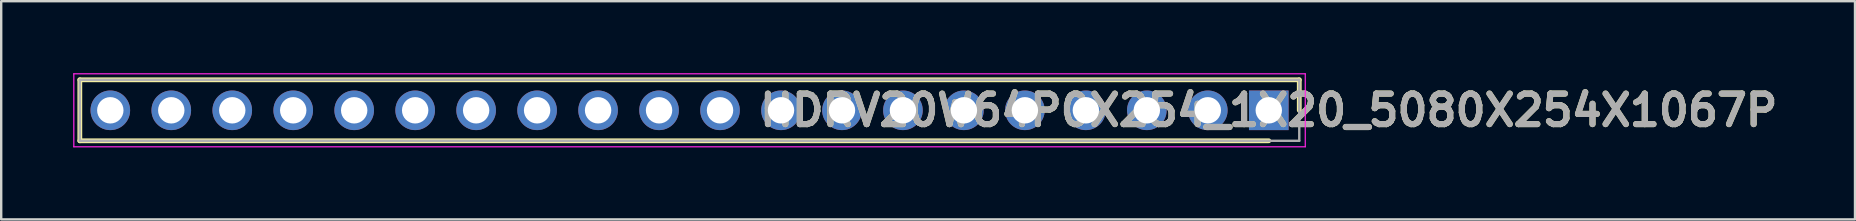
<source format=kicad_pcb>
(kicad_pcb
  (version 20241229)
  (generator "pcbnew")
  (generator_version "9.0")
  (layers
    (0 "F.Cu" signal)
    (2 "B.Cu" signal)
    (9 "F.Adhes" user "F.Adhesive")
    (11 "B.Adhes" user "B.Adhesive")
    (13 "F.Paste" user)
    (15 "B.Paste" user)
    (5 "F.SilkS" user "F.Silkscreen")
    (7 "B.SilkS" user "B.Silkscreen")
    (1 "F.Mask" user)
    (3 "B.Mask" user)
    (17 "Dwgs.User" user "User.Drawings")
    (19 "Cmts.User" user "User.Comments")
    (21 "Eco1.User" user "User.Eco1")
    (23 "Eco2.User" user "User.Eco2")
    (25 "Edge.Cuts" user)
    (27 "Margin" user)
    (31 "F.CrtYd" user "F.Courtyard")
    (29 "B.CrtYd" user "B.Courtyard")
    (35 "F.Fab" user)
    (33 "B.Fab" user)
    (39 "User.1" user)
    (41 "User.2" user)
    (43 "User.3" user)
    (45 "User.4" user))
  (footprint "HDRV20W64P0X254_1X20_5080X254X1067P"
    (layer "F.Cu")
    (at 49.805 1.545)
    (property "Reference" "HDRV20W64P0X254_1X20_5080X254X1067P" (at 0 0 0) (layer "F.SilkS") (effects (font (size 1.27 1.27) (thickness 0.254))))
    (attr through_hole)
    (fp_line (start -49.53 -1.27) (end 1.27 -1.27) (stroke (width 0.2) (type solid)) (layer "F.SilkS"))
    (fp_line (start -49.53 1.27) (end -49.53 -1.27) (stroke (width 0.2) (type solid)) (layer "F.SilkS"))
    (fp_line (start 0 1.27) (end -49.53 1.27) (stroke (width 0.2) (type solid)) (layer "F.SilkS"))
    (fp_line (start 1.27 -1.27) (end 1.27 0) (stroke (width 0.2) (type solid)) (layer "F.SilkS"))
    (fp_line (start -49.78 -1.52) (end 1.52 -1.52) (stroke (width 0.05) (type solid)) (layer "F.CrtYd"))
    (fp_line (start -49.78 1.52) (end -49.78 -1.52) (stroke (width 0.05) (type solid)) (layer "F.CrtYd"))
    (fp_line (start 1.52 -1.52) (end 1.52 1.52) (stroke (width 0.05) (type solid)) (layer "F.CrtYd"))
    (fp_line (start 1.52 1.52) (end -49.78 1.52) (stroke (width 0.05) (type solid)) (layer "F.CrtYd"))
    (fp_line (start -49.53 -1.27) (end 1.27 -1.27) (stroke (width 0.1) (type solid)) (layer "F.Fab"))
    (fp_line (start -49.53 1.27) (end -49.53 -1.27) (stroke (width 0.1) (type solid)) (layer "F.Fab"))
    (fp_line (start 1.27 -1.27) (end 1.27 1.27) (stroke (width 0.1) (type solid)) (layer "F.Fab"))
    (fp_line (start 1.27 1.27) (end -49.53 1.27) (stroke (width 0.1) (type solid)) (layer "F.Fab"))
    (fp_text user "${REFERENCE}" (at 0 0 0) (layer "F.Fab") (effects (font (size 1.27 1.27) (thickness 0.254))))
    (pad "1" thru_hole rect (at 0 0) (size 1.65 1.65) (drill 1.1) (layers "*.Cu" "*.Mask"))
    (pad "2" thru_hole circle (at -2.54 0) (size 1.65 1.65) (drill 1.1) (layers "*.Cu" "*.Mask"))
    (pad "3" thru_hole circle (at -5.08 0) (size 1.65 1.65) (drill 1.1) (layers "*.Cu" "*.Mask"))
    (pad "4" thru_hole circle (at -7.62 0) (size 1.65 1.65) (drill 1.1) (layers "*.Cu" "*.Mask"))
    (pad "5" thru_hole circle (at -10.16 0) (size 1.65 1.65) (drill 1.1) (layers "*.Cu" "*.Mask"))
    (pad "6" thru_hole circle (at -12.7 0) (size 1.65 1.65) (drill 1.1) (layers "*.Cu" "*.Mask"))
    (pad "7" thru_hole circle (at -15.24 0) (size 1.65 1.65) (drill 1.1) (layers "*.Cu" "*.Mask"))
    (pad "8" thru_hole circle (at -17.78 0) (size 1.65 1.65) (drill 1.1) (layers "*.Cu" "*.Mask"))
    (pad "9" thru_hole circle (at -20.32 0) (size 1.65 1.65) (drill 1.1) (layers "*.Cu" "*.Mask"))
    (pad "10" thru_hole circle (at -22.86 0) (size 1.65 1.65) (drill 1.1) (layers "*.Cu" "*.Mask"))
    (pad "11" thru_hole circle (at -25.4 0) (size 1.65 1.65) (drill 1.1) (layers "*.Cu" "*.Mask"))
    (pad "12" thru_hole circle (at -27.94 0) (size 1.65 1.65) (drill 1.1) (layers "*.Cu" "*.Mask"))
    (pad "13" thru_hole circle (at -30.48 0) (size 1.65 1.65) (drill 1.1) (layers "*.Cu" "*.Mask"))
    (pad "14" thru_hole circle (at -33.02 0) (size 1.65 1.65) (drill 1.1) (layers "*.Cu" "*.Mask"))
    (pad "15" thru_hole circle (at -35.56 0) (size 1.65 1.65) (drill 1.1) (layers "*.Cu" "*.Mask"))
    (pad "16" thru_hole circle (at -38.1 0) (size 1.65 1.65) (drill 1.1) (layers "*.Cu" "*.Mask"))
    (pad "17" thru_hole circle (at -40.64 0) (size 1.65 1.65) (drill 1.1) (layers "*.Cu" "*.Mask"))
    (pad "18" thru_hole circle (at -43.18 0) (size 1.65 1.65) (drill 1.1) (layers "*.Cu" "*.Mask"))
    (pad "19" thru_hole circle (at -45.72 0) (size 1.65 1.65) (drill 1.1) (layers "*.Cu" "*.Mask"))
    (pad "20" thru_hole circle (at -48.26 0) (size 1.65 1.65) (drill 1.1) (layers "*.Cu" "*.Mask")))
  (gr_rect
    (start -3 -3)
    (end 74.226 6.09)
    (stroke (width 0.1) (type default))
    (fill no)
    (layer "Edge.Cuts")))
</source>
